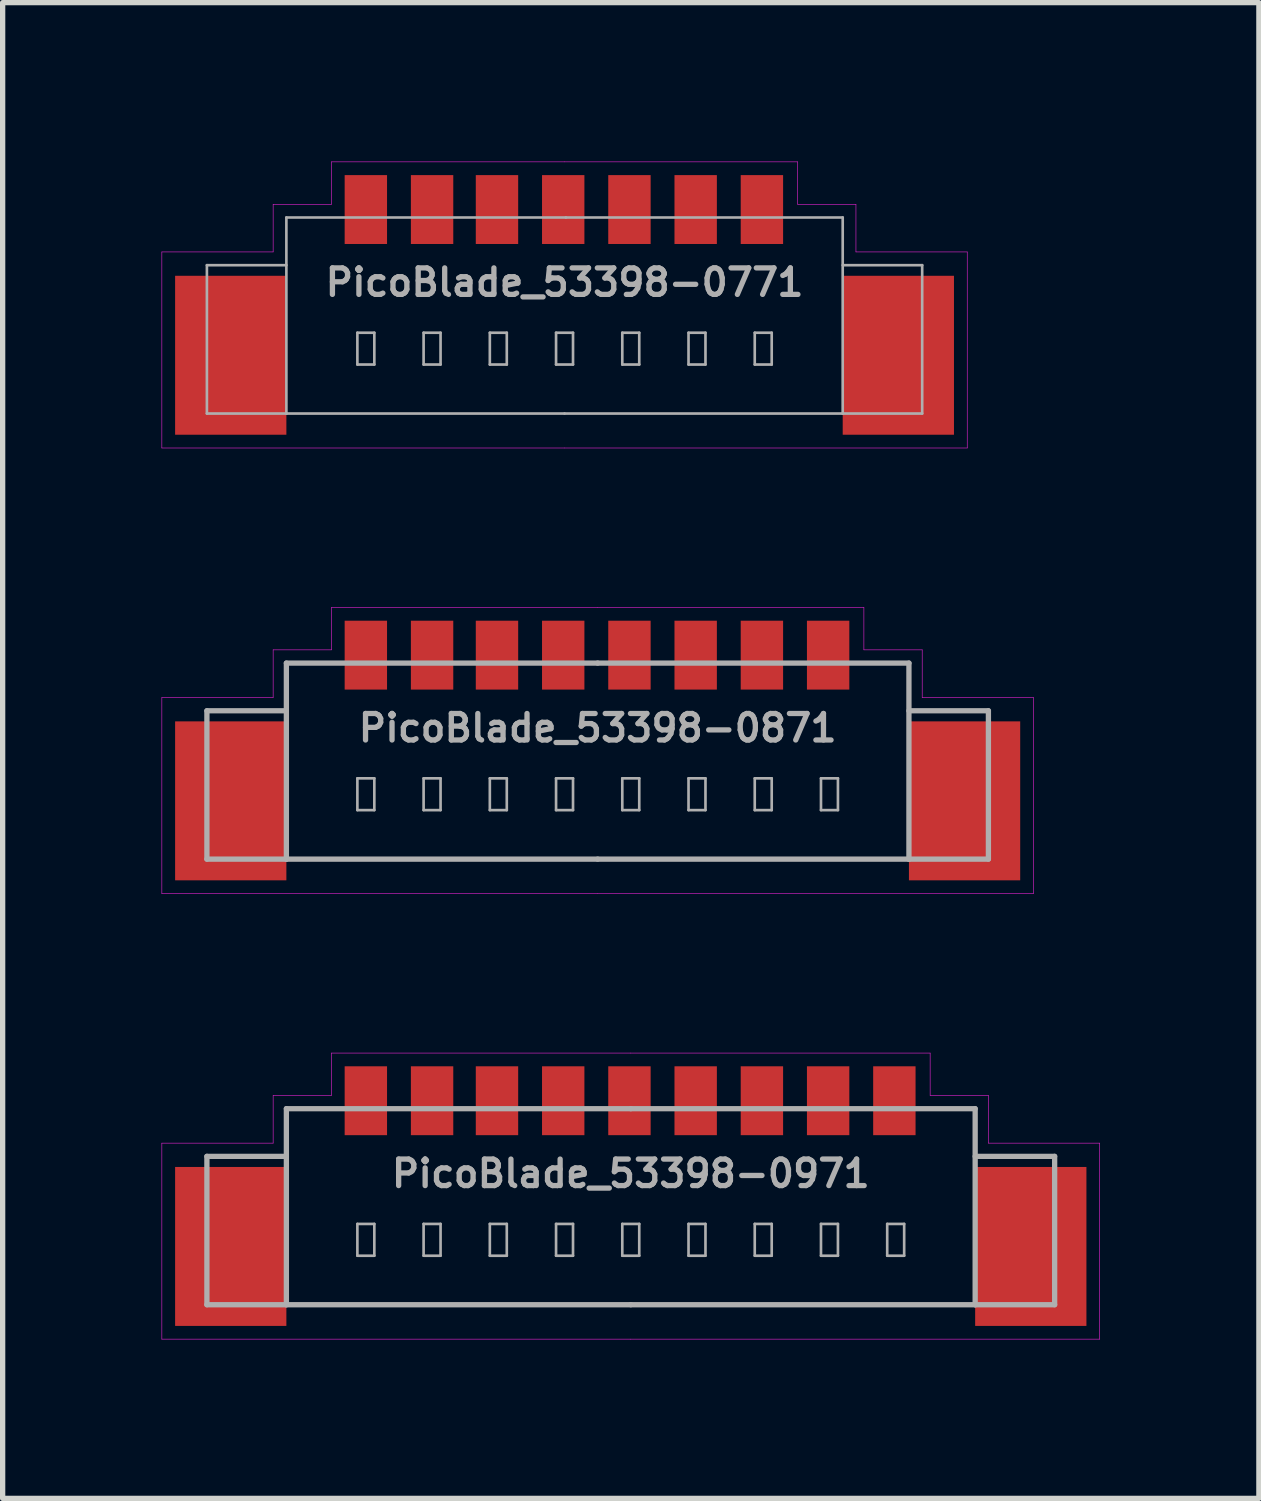
<source format=kicad_pcb>
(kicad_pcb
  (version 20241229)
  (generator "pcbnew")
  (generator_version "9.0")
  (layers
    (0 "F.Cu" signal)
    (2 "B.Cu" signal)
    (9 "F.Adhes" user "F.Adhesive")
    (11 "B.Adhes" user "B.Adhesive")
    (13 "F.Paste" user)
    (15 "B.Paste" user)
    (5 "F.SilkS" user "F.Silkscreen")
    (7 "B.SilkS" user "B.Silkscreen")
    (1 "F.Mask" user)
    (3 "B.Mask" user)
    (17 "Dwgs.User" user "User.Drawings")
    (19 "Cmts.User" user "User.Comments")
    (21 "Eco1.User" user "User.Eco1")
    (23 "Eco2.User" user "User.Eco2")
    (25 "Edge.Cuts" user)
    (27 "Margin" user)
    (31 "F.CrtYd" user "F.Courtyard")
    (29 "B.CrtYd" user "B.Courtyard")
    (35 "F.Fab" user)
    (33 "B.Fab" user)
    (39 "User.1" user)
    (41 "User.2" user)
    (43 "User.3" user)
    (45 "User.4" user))
  (footprint "PicoBlade_53398-0771"
    (layer "F.Cu")
    (at 7.605 2.28)
    (property "Reference" "PicoBlade_53398-0771" (at 0 0 0) (layer "F.Fab") (effects (font (size 0.5 0.5) (thickness 0.1))))
    (attr smd)
    (fp_line (start -7.6 -0.575) (end -7.6 3.125) (stroke (width 0.01) (type solid)) (layer "F.CrtYd"))
    (fp_line (start -7.6 -0.575) (end -5.5 -0.575) (stroke (width 0.01) (type solid)) (layer "F.CrtYd"))
    (fp_line (start -7.6 3.125) (end 0 3.125) (stroke (width 0.01) (type solid)) (layer "F.CrtYd"))
    (fp_line (start -5.5 -0.575) (end -5.5 -1.475) (stroke (width 0.01) (type solid)) (layer "F.CrtYd"))
    (fp_line (start -4.4 -2.275) (end -4.4 -1.475) (stroke (width 0.01) (type solid)) (layer "F.CrtYd"))
    (fp_line (start -4.4 -1.475) (end -5.5 -1.475) (stroke (width 0.01) (type solid)) (layer "F.CrtYd"))
    (fp_line (start 0 -2.275) (end -4.4 -2.275) (stroke (width 0.01) (type solid)) (layer "F.CrtYd"))
    (fp_line (start 0 -2.275) (end 4.4 -2.275) (stroke (width 0.01) (type solid)) (layer "F.CrtYd"))
    (fp_line (start 4.4 -2.275) (end 4.4 -1.475) (stroke (width 0.01) (type solid)) (layer "F.CrtYd"))
    (fp_line (start 4.4 -1.475) (end 5.5 -1.475) (stroke (width 0.01) (type solid)) (layer "F.CrtYd"))
    (fp_line (start 5.5 -1.475) (end 5.5 -0.575) (stroke (width 0.01) (type solid)) (layer "F.CrtYd"))
    (fp_line (start 5.5 -0.575) (end 7.6 -0.575) (stroke (width 0.01) (type solid)) (layer "F.CrtYd"))
    (fp_line (start 7.6 -0.575) (end 7.6 3.125) (stroke (width 0.01) (type solid)) (layer "F.CrtYd"))
    (fp_line (start 7.6 3.125) (end 0 3.125) (stroke (width 0.01) (type solid)) (layer "F.CrtYd"))
    (fp_line (start -6.75 -0.325) (end -5.25 -0.325) (stroke (width 0.05) (type solid)) (layer "F.Fab"))
    (fp_line (start -6.75 2.475) (end -6.75 -0.325) (stroke (width 0.05) (type solid)) (layer "F.Fab"))
    (fp_line (start -5.25 -1.225) (end -5.25 2.475) (stroke (width 0.05) (type solid)) (layer "F.Fab"))
    (fp_line (start -5.25 2.475) (end -6.75 2.475) (stroke (width 0.05) (type solid)) (layer "F.Fab"))
    (fp_line (start -5.25 2.475) (end 0 2.475) (stroke (width 0.05) (type solid)) (layer "F.Fab"))
    (fp_line (start -3.91 0.95) (end -3.59 0.95) (stroke (width 0.05) (type solid)) (layer "F.Fab"))
    (fp_line (start -3.91 1.55) (end -3.91 0.95) (stroke (width 0.05) (type solid)) (layer "F.Fab"))
    (fp_line (start -3.59 1.55) (end -3.91 1.55) (stroke (width 0.05) (type solid)) (layer "F.Fab"))
    (fp_line (start -3.59 1.55) (end -3.59 0.95) (stroke (width 0.05) (type solid)) (layer "F.Fab"))
    (fp_line (start -2.66 0.95) (end -2.34 0.95) (stroke (width 0.05) (type solid)) (layer "F.Fab"))
    (fp_line (start -2.66 1.55) (end -2.66 0.95) (stroke (width 0.05) (type solid)) (layer "F.Fab"))
    (fp_line (start -2.34 1.55) (end -2.66 1.55) (stroke (width 0.05) (type solid)) (layer "F.Fab"))
    (fp_line (start -2.34 1.55) (end -2.34 0.95) (stroke (width 0.05) (type solid)) (layer "F.Fab"))
    (fp_line (start -1.41 0.95) (end -1.41 1.55) (stroke (width 0.05) (type solid)) (layer "F.Fab"))
    (fp_line (start -1.41 0.95) (end -1.09 0.95) (stroke (width 0.05) (type solid)) (layer "F.Fab"))
    (fp_line (start -1.09 0.95) (end -1.09 1.55) (stroke (width 0.05) (type solid)) (layer "F.Fab"))
    (fp_line (start -1.09 1.55) (end -1.41 1.55) (stroke (width 0.05) (type solid)) (layer "F.Fab"))
    (fp_line (start -0.16 0.95) (end -0.16 1.55) (stroke (width 0.05) (type solid)) (layer "F.Fab"))
    (fp_line (start -0.16 0.95) (end 0.16 0.95) (stroke (width 0.05) (type solid)) (layer "F.Fab"))
    (fp_line (start 0 2.475) (end 5.25 2.475) (stroke (width 0.05) (type solid)) (layer "F.Fab"))
    (fp_line (start 0.025 -1.225) (end -5.25 -1.225) (stroke (width 0.05) (type solid)) (layer "F.Fab"))
    (fp_line (start 0.16 0.95) (end 0.16 1.55) (stroke (width 0.05) (type solid)) (layer "F.Fab"))
    (fp_line (start 0.16 1.55) (end -0.16 1.55) (stroke (width 0.05) (type solid)) (layer "F.Fab"))
    (fp_line (start 1.09 0.95) (end 1.09 1.55) (stroke (width 0.05) (type solid)) (layer "F.Fab"))
    (fp_line (start 1.09 0.95) (end 1.41 0.95) (stroke (width 0.05) (type solid)) (layer "F.Fab"))
    (fp_line (start 1.41 0.95) (end 1.41 1.55) (stroke (width 0.05) (type solid)) (layer "F.Fab"))
    (fp_line (start 1.41 1.55) (end 1.09 1.55) (stroke (width 0.05) (type solid)) (layer "F.Fab"))
    (fp_line (start 2.34 0.95) (end 2.34 1.55) (stroke (width 0.05) (type solid)) (layer "F.Fab"))
    (fp_line (start 2.34 0.95) (end 2.66 0.95) (stroke (width 0.05) (type solid)) (layer "F.Fab"))
    (fp_line (start 2.66 0.95) (end 2.66 1.55) (stroke (width 0.05) (type solid)) (layer "F.Fab"))
    (fp_line (start 2.66 1.55) (end 2.34 1.55) (stroke (width 0.05) (type solid)) (layer "F.Fab"))
    (fp_line (start 3.59 0.95) (end 3.59 1.55) (stroke (width 0.05) (type solid)) (layer "F.Fab"))
    (fp_line (start 3.59 0.95) (end 3.91 0.95) (stroke (width 0.05) (type solid)) (layer "F.Fab"))
    (fp_line (start 3.91 0.95) (end 3.91 1.55) (stroke (width 0.05) (type solid)) (layer "F.Fab"))
    (fp_line (start 3.91 1.55) (end 3.59 1.55) (stroke (width 0.05) (type solid)) (layer "F.Fab"))
    (fp_line (start 5.25 -1.225) (end 0.025 -1.225) (stroke (width 0.05) (type solid)) (layer "F.Fab"))
    (fp_line (start 5.25 2.475) (end 5.25 -1.225) (stroke (width 0.05) (type solid)) (layer "F.Fab"))
    (fp_line (start 5.25 2.475) (end 6.75 2.475) (stroke (width 0.05) (type solid)) (layer "F.Fab"))
    (fp_line (start 6.75 -0.325) (end 5.25 -0.325) (stroke (width 0.05) (type solid)) (layer "F.Fab"))
    (fp_line (start 6.75 2.475) (end 6.75 -0.325) (stroke (width 0.05) (type solid)) (layer "F.Fab"))
    (pad "" smd rect (at -6.3 1.375) (size 2.1 3) (layers "F.Cu" "F.Mask" "F.Paste"))
    (pad "" smd rect (at 6.3 1.375) (size 2.1 3) (layers "F.Cu" "F.Mask" "F.Paste"))
    (pad "1" smd rect (at -3.75 -1.375) (size 0.8 1.3) (layers "F.Cu" "F.Mask" "F.Paste"))
    (pad "2" smd rect (at -2.5 -1.375) (size 0.8 1.3) (layers "F.Cu" "F.Mask" "F.Paste"))
    (pad "3" smd rect (at -1.275 -1.375) (size 0.8 1.3) (layers "F.Cu" "F.Mask" "F.Paste"))
    (pad "4" smd rect (at -0.025 -1.375) (size 0.8 1.3) (layers "F.Cu" "F.Mask" "F.Paste"))
    (pad "5" smd rect (at 1.225 -1.375) (size 0.8 1.3) (layers "F.Cu" "F.Mask" "F.Paste"))
    (pad "6" smd rect (at 2.475 -1.375) (size 0.8 1.3) (layers "F.Cu" "F.Mask" "F.Paste"))
    (pad "7" smd rect (at 3.725 -1.375) (size 0.8 1.3) (layers "F.Cu" "F.Mask" "F.Paste")))
  (footprint "PicoBlade_53398-0871"
    (layer "F.Cu")
    (at 8.23 10.69)
    (property "Reference" "PicoBlade_53398-0871" (at 0 0 0) (layer "F.Fab") (effects (font (size 0.5 0.5) (thickness 0.1))))
    (attr smd)
    (fp_line (start -8.225 -0.575) (end -8.225 3.125) (stroke (width 0.01) (type solid)) (layer "F.CrtYd"))
    (fp_line (start -8.225 -0.575) (end -6.125 -0.575) (stroke (width 0.01) (type solid)) (layer "F.CrtYd"))
    (fp_line (start -8.225 3.125) (end 0 3.125) (stroke (width 0.01) (type solid)) (layer "F.CrtYd"))
    (fp_line (start -6.125 -0.575) (end -6.125 -1.475) (stroke (width 0.01) (type solid)) (layer "F.CrtYd"))
    (fp_line (start -5.025 -2.275) (end -5.025 -1.475) (stroke (width 0.01) (type solid)) (layer "F.CrtYd"))
    (fp_line (start -5.025 -1.475) (end -6.125 -1.475) (stroke (width 0.01) (type solid)) (layer "F.CrtYd"))
    (fp_line (start 0 -2.275) (end -5.025 -2.275) (stroke (width 0.01) (type solid)) (layer "F.CrtYd"))
    (fp_line (start 0 -2.275) (end 5.025 -2.275) (stroke (width 0.01) (type solid)) (layer "F.CrtYd"))
    (fp_line (start 5.025 -2.275) (end 5.025 -1.475) (stroke (width 0.01) (type solid)) (layer "F.CrtYd"))
    (fp_line (start 5.025 -1.475) (end 6.125 -1.475) (stroke (width 0.01) (type solid)) (layer "F.CrtYd"))
    (fp_line (start 6.125 -1.475) (end 6.125 -0.575) (stroke (width 0.01) (type solid)) (layer "F.CrtYd"))
    (fp_line (start 6.125 -0.575) (end 8.225 -0.575) (stroke (width 0.01) (type solid)) (layer "F.CrtYd"))
    (fp_line (start 8.225 -0.575) (end 8.225 3.125) (stroke (width 0.01) (type solid)) (layer "F.CrtYd"))
    (fp_line (start 8.225 3.125) (end 0 3.125) (stroke (width 0.01) (type solid)) (layer "F.CrtYd"))
    (fp_line (start -7.375 -0.325) (end -5.875 -0.325) (stroke (width 0.1) (type solid)) (layer "F.Fab"))
    (fp_line (start -7.375 2.475) (end -7.375 -0.325) (stroke (width 0.1) (type solid)) (layer "F.Fab"))
    (fp_line (start -5.875 -1.225) (end -5.875 2.475) (stroke (width 0.1) (type solid)) (layer "F.Fab"))
    (fp_line (start -5.875 2.475) (end -7.375 2.475) (stroke (width 0.1) (type solid)) (layer "F.Fab"))
    (fp_line (start -5.875 2.475) (end 0 2.475) (stroke (width 0.1) (type solid)) (layer "F.Fab"))
    (fp_line (start -4.535 0.95) (end -4.215 0.95) (stroke (width 0.05) (type solid)) (layer "F.Fab"))
    (fp_line (start -4.535 1.55) (end -4.535 0.95) (stroke (width 0.05) (type solid)) (layer "F.Fab"))
    (fp_line (start -4.215 1.55) (end -4.535 1.55) (stroke (width 0.05) (type solid)) (layer "F.Fab"))
    (fp_line (start -4.215 1.55) (end -4.215 0.95) (stroke (width 0.05) (type solid)) (layer "F.Fab"))
    (fp_line (start -3.285 0.95) (end -2.965 0.95) (stroke (width 0.05) (type solid)) (layer "F.Fab"))
    (fp_line (start -3.285 1.55) (end -3.285 0.95) (stroke (width 0.05) (type solid)) (layer "F.Fab"))
    (fp_line (start -2.965 1.55) (end -3.285 1.55) (stroke (width 0.05) (type solid)) (layer "F.Fab"))
    (fp_line (start -2.965 1.55) (end -2.965 0.95) (stroke (width 0.05) (type solid)) (layer "F.Fab"))
    (fp_line (start -2.035 0.95) (end -2.035 1.55) (stroke (width 0.05) (type solid)) (layer "F.Fab"))
    (fp_line (start -2.035 0.95) (end -1.715 0.95) (stroke (width 0.05) (type solid)) (layer "F.Fab"))
    (fp_line (start -1.715 0.95) (end -1.715 1.55) (stroke (width 0.05) (type solid)) (layer "F.Fab"))
    (fp_line (start -1.715 1.55) (end -2.035 1.55) (stroke (width 0.05) (type solid)) (layer "F.Fab"))
    (fp_line (start -0.785 0.95) (end -0.785 1.55) (stroke (width 0.05) (type solid)) (layer "F.Fab"))
    (fp_line (start -0.785 0.95) (end -0.465 0.95) (stroke (width 0.05) (type solid)) (layer "F.Fab"))
    (fp_line (start -0.465 0.95) (end -0.465 1.55) (stroke (width 0.05) (type solid)) (layer "F.Fab"))
    (fp_line (start -0.465 1.55) (end -0.785 1.55) (stroke (width 0.05) (type solid)) (layer "F.Fab"))
    (fp_line (start 0 -1.225) (end -5.875 -1.225) (stroke (width 0.1) (type solid)) (layer "F.Fab"))
    (fp_line (start 0 2.475) (end 5.875 2.475) (stroke (width 0.1) (type solid)) (layer "F.Fab"))
    (fp_line (start 0.465 0.95) (end 0.465 1.55) (stroke (width 0.05) (type solid)) (layer "F.Fab"))
    (fp_line (start 0.465 0.95) (end 0.785 0.95) (stroke (width 0.05) (type solid)) (layer "F.Fab"))
    (fp_line (start 0.785 0.95) (end 0.785 1.55) (stroke (width 0.05) (type solid)) (layer "F.Fab"))
    (fp_line (start 0.785 1.55) (end 0.465 1.55) (stroke (width 0.05) (type solid)) (layer "F.Fab"))
    (fp_line (start 1.715 0.95) (end 1.715 1.55) (stroke (width 0.05) (type solid)) (layer "F.Fab"))
    (fp_line (start 1.715 0.95) (end 2.035 0.95) (stroke (width 0.05) (type solid)) (layer "F.Fab"))
    (fp_line (start 2.035 0.95) (end 2.035 1.55) (stroke (width 0.05) (type solid)) (layer "F.Fab"))
    (fp_line (start 2.035 1.55) (end 1.715 1.55) (stroke (width 0.05) (type solid)) (layer "F.Fab"))
    (fp_line (start 2.965 0.95) (end 2.965 1.55) (stroke (width 0.05) (type solid)) (layer "F.Fab"))
    (fp_line (start 2.965 0.95) (end 3.285 0.95) (stroke (width 0.05) (type solid)) (layer "F.Fab"))
    (fp_line (start 3.285 0.95) (end 3.285 1.55) (stroke (width 0.05) (type solid)) (layer "F.Fab"))
    (fp_line (start 3.285 1.55) (end 2.965 1.55) (stroke (width 0.05) (type solid)) (layer "F.Fab"))
    (fp_line (start 4.215 0.95) (end 4.215 1.55) (stroke (width 0.05) (type solid)) (layer "F.Fab"))
    (fp_line (start 4.215 0.95) (end 4.535 0.95) (stroke (width 0.05) (type solid)) (layer "F.Fab"))
    (fp_line (start 4.535 0.95) (end 4.535 1.55) (stroke (width 0.05) (type solid)) (layer "F.Fab"))
    (fp_line (start 4.535 1.55) (end 4.215 1.55) (stroke (width 0.05) (type solid)) (layer "F.Fab"))
    (fp_line (start 5.875 -1.225) (end 0 -1.225) (stroke (width 0.1) (type solid)) (layer "F.Fab"))
    (fp_line (start 5.875 2.475) (end 5.875 -1.225) (stroke (width 0.1) (type solid)) (layer "F.Fab"))
    (fp_line (start 5.875 2.475) (end 7.375 2.475) (stroke (width 0.1) (type solid)) (layer "F.Fab"))
    (fp_line (start 7.375 -0.325) (end 5.875 -0.325) (stroke (width 0.1) (type solid)) (layer "F.Fab"))
    (fp_line (start 7.375 2.475) (end 7.375 -0.325) (stroke (width 0.1) (type solid)) (layer "F.Fab"))
    (pad "" smd rect (at -6.925 1.375) (size 2.1 3) (layers "F.Cu" "F.Mask" "F.Paste"))
    (pad "" smd rect (at 6.925 1.375) (size 2.1 3) (layers "F.Cu" "F.Mask" "F.Paste"))
    (pad "1" smd rect (at -4.375 -1.375) (size 0.8 1.3) (layers "F.Cu" "F.Mask" "F.Paste"))
    (pad "2" smd rect (at -3.125 -1.375) (size 0.8 1.3) (layers "F.Cu" "F.Mask" "F.Paste"))
    (pad "3" smd rect (at -1.9 -1.375) (size 0.8 1.3) (layers "F.Cu" "F.Mask" "F.Paste"))
    (pad "4" smd rect (at -0.65 -1.375) (size 0.8 1.3) (layers "F.Cu" "F.Mask" "F.Paste"))
    (pad "5" smd rect (at 0.6 -1.375) (size 0.8 1.3) (layers "F.Cu" "F.Mask" "F.Paste"))
    (pad "6" smd rect (at 1.85 -1.375) (size 0.8 1.3) (layers "F.Cu" "F.Mask" "F.Paste"))
    (pad "7" smd rect (at 3.1 -1.375) (size 0.8 1.3) (layers "F.Cu" "F.Mask" "F.Paste"))
    (pad "8" smd rect (at 4.35 -1.375) (size 0.8 1.3) (layers "F.Cu" "F.Mask" "F.Paste")))
  (footprint "PicoBlade_53398-0971"
    (layer "F.Cu")
    (at 8.855 19.1)
    (property "Reference" "PicoBlade_53398-0971" (at 0 0 0) (layer "F.Fab") (effects (font (size 0.5 0.5) (thickness 0.1))))
    (attr smd)
    (fp_line (start -8.85 -0.575) (end -8.85 3.125) (stroke (width 0.01) (type solid)) (layer "F.CrtYd"))
    (fp_line (start -8.85 -0.575) (end -6.75 -0.575) (stroke (width 0.01) (type solid)) (layer "F.CrtYd"))
    (fp_line (start -8.85 3.125) (end 0 3.125) (stroke (width 0.01) (type solid)) (layer "F.CrtYd"))
    (fp_line (start -6.75 -0.575) (end -6.75 -1.475) (stroke (width 0.01) (type solid)) (layer "F.CrtYd"))
    (fp_line (start -5.65 -2.275) (end -5.65 -1.475) (stroke (width 0.01) (type solid)) (layer "F.CrtYd"))
    (fp_line (start -5.65 -1.475) (end -6.75 -1.475) (stroke (width 0.01) (type solid)) (layer "F.CrtYd"))
    (fp_line (start 0 -2.275) (end -5.65 -2.275) (stroke (width 0.01) (type solid)) (layer "F.CrtYd"))
    (fp_line (start 0 -2.275) (end 5.65 -2.275) (stroke (width 0.01) (type solid)) (layer "F.CrtYd"))
    (fp_line (start 5.65 -2.275) (end 5.65 -1.475) (stroke (width 0.01) (type solid)) (layer "F.CrtYd"))
    (fp_line (start 5.65 -1.475) (end 6.75 -1.475) (stroke (width 0.01) (type solid)) (layer "F.CrtYd"))
    (fp_line (start 6.75 -1.475) (end 6.75 -0.575) (stroke (width 0.01) (type solid)) (layer "F.CrtYd"))
    (fp_line (start 6.75 -0.575) (end 8.85 -0.575) (stroke (width 0.01) (type solid)) (layer "F.CrtYd"))
    (fp_line (start 8.85 -0.575) (end 8.85 3.125) (stroke (width 0.01) (type solid)) (layer "F.CrtYd"))
    (fp_line (start 8.85 3.125) (end 0 3.125) (stroke (width 0.01) (type solid)) (layer "F.CrtYd"))
    (fp_line (start -8 -0.325) (end -6.5 -0.325) (stroke (width 0.1) (type solid)) (layer "F.Fab"))
    (fp_line (start -8 2.475) (end -8 -0.325) (stroke (width 0.1) (type solid)) (layer "F.Fab"))
    (fp_line (start -6.5 -1.225) (end -6.5 2.475) (stroke (width 0.1) (type solid)) (layer "F.Fab"))
    (fp_line (start -6.5 2.475) (end -8 2.475) (stroke (width 0.1) (type solid)) (layer "F.Fab"))
    (fp_line (start -6.5 2.475) (end 0 2.475) (stroke (width 0.1) (type solid)) (layer "F.Fab"))
    (fp_line (start -5.16 0.95) (end -4.84 0.95) (stroke (width 0.05) (type solid)) (layer "F.Fab"))
    (fp_line (start -5.16 1.55) (end -5.16 0.95) (stroke (width 0.05) (type solid)) (layer "F.Fab"))
    (fp_line (start -4.84 1.55) (end -5.16 1.55) (stroke (width 0.05) (type solid)) (layer "F.Fab"))
    (fp_line (start -4.84 1.55) (end -4.84 0.95) (stroke (width 0.05) (type solid)) (layer "F.Fab"))
    (fp_line (start -3.91 0.95) (end -3.59 0.95) (stroke (width 0.05) (type solid)) (layer "F.Fab"))
    (fp_line (start -3.91 1.55) (end -3.91 0.95) (stroke (width 0.05) (type solid)) (layer "F.Fab"))
    (fp_line (start -3.59 1.55) (end -3.91 1.55) (stroke (width 0.05) (type solid)) (layer "F.Fab"))
    (fp_line (start -3.59 1.55) (end -3.59 0.95) (stroke (width 0.05) (type solid)) (layer "F.Fab"))
    (fp_line (start -2.66 0.95) (end -2.66 1.55) (stroke (width 0.05) (type solid)) (layer "F.Fab"))
    (fp_line (start -2.66 0.95) (end -2.34 0.95) (stroke (width 0.05) (type solid)) (layer "F.Fab"))
    (fp_line (start -2.34 0.95) (end -2.34 1.55) (stroke (width 0.05) (type solid)) (layer "F.Fab"))
    (fp_line (start -2.34 1.55) (end -2.66 1.55) (stroke (width 0.05) (type solid)) (layer "F.Fab"))
    (fp_line (start -1.41 0.95) (end -1.41 1.55) (stroke (width 0.05) (type solid)) (layer "F.Fab"))
    (fp_line (start -1.41 0.95) (end -1.09 0.95) (stroke (width 0.05) (type solid)) (layer "F.Fab"))
    (fp_line (start -1.09 0.95) (end -1.09 1.55) (stroke (width 0.05) (type solid)) (layer "F.Fab"))
    (fp_line (start -1.09 1.55) (end -1.41 1.55) (stroke (width 0.05) (type solid)) (layer "F.Fab"))
    (fp_line (start -0.16 0.95) (end -0.16 1.55) (stroke (width 0.05) (type solid)) (layer "F.Fab"))
    (fp_line (start -0.16 0.95) (end 0.16 0.95) (stroke (width 0.05) (type solid)) (layer "F.Fab"))
    (fp_line (start 0 -1.225) (end -6.5 -1.225) (stroke (width 0.1) (type solid)) (layer "F.Fab"))
    (fp_line (start 0 2.475) (end 6.5 2.475) (stroke (width 0.1) (type solid)) (layer "F.Fab"))
    (fp_line (start 0.16 0.95) (end 0.16 1.55) (stroke (width 0.05) (type solid)) (layer "F.Fab"))
    (fp_line (start 0.16 1.55) (end -0.16 1.55) (stroke (width 0.05) (type solid)) (layer "F.Fab"))
    (fp_line (start 1.09 0.95) (end 1.09 1.55) (stroke (width 0.05) (type solid)) (layer "F.Fab"))
    (fp_line (start 1.09 0.95) (end 1.41 0.95) (stroke (width 0.05) (type solid)) (layer "F.Fab"))
    (fp_line (start 1.41 0.95) (end 1.41 1.55) (stroke (width 0.05) (type solid)) (layer "F.Fab"))
    (fp_line (start 1.41 1.55) (end 1.09 1.55) (stroke (width 0.05) (type solid)) (layer "F.Fab"))
    (fp_line (start 2.34 0.95) (end 2.34 1.55) (stroke (width 0.05) (type solid)) (layer "F.Fab"))
    (fp_line (start 2.34 0.95) (end 2.66 0.95) (stroke (width 0.05) (type solid)) (layer "F.Fab"))
    (fp_line (start 2.66 0.95) (end 2.66 1.55) (stroke (width 0.05) (type solid)) (layer "F.Fab"))
    (fp_line (start 2.66 1.55) (end 2.34 1.55) (stroke (width 0.05) (type solid)) (layer "F.Fab"))
    (fp_line (start 3.59 0.95) (end 3.59 1.55) (stroke (width 0.05) (type solid)) (layer "F.Fab"))
    (fp_line (start 3.59 0.95) (end 3.91 0.95) (stroke (width 0.05) (type solid)) (layer "F.Fab"))
    (fp_line (start 3.91 0.95) (end 3.91 1.55) (stroke (width 0.05) (type solid)) (layer "F.Fab"))
    (fp_line (start 3.91 1.55) (end 3.59 1.55) (stroke (width 0.05) (type solid)) (layer "F.Fab"))
    (fp_line (start 4.84 0.95) (end 4.84 1.55) (stroke (width 0.05) (type solid)) (layer "F.Fab"))
    (fp_line (start 4.84 0.95) (end 5.16 0.95) (stroke (width 0.05) (type solid)) (layer "F.Fab"))
    (fp_line (start 5.16 0.95) (end 5.16 1.55) (stroke (width 0.05) (type solid)) (layer "F.Fab"))
    (fp_line (start 5.16 1.55) (end 4.84 1.55) (stroke (width 0.05) (type solid)) (layer "F.Fab"))
    (fp_line (start 6.5 -1.225) (end 0 -1.225) (stroke (width 0.1) (type solid)) (layer "F.Fab"))
    (fp_line (start 6.5 2.475) (end 6.5 -1.225) (stroke (width 0.1) (type solid)) (layer "F.Fab"))
    (fp_line (start 6.5 2.475) (end 8 2.475) (stroke (width 0.1) (type solid)) (layer "F.Fab"))
    (fp_line (start 8 -0.325) (end 6.5 -0.325) (stroke (width 0.1) (type solid)) (layer "F.Fab"))
    (fp_line (start 8 2.475) (end 8 -0.325) (stroke (width 0.1) (type solid)) (layer "F.Fab"))
    (pad "" smd rect (at -7.55 1.375) (size 2.1 3) (layers "F.Cu" "F.Mask" "F.Paste"))
    (pad "" smd rect (at 7.55 1.375) (size 2.1 3) (layers "F.Cu" "F.Mask" "F.Paste"))
    (pad "1" smd rect (at -5 -1.375) (size 0.8 1.3) (layers "F.Cu" "F.Mask" "F.Paste"))
    (pad "2" smd rect (at -3.75 -1.375) (size 0.8 1.3) (layers "F.Cu" "F.Mask" "F.Paste"))
    (pad "3" smd rect (at -2.525 -1.375) (size 0.8 1.3) (layers "F.Cu" "F.Mask" "F.Paste"))
    (pad "4" smd rect (at -1.275 -1.375) (size 0.8 1.3) (layers "F.Cu" "F.Mask" "F.Paste"))
    (pad "5" smd rect (at -0.025 -1.375) (size 0.8 1.3) (layers "F.Cu" "F.Mask" "F.Paste"))
    (pad "6" smd rect (at 1.225 -1.375) (size 0.8 1.3) (layers "F.Cu" "F.Mask" "F.Paste"))
    (pad "7" smd rect (at 2.475 -1.375) (size 0.8 1.3) (layers "F.Cu" "F.Mask" "F.Paste"))
    (pad "8" smd rect (at 3.725 -1.375) (size 0.8 1.3) (layers "F.Cu" "F.Mask" "F.Paste"))
    (pad "9" smd rect (at 4.975 -1.375) (size 0.8 1.3) (layers "F.Cu" "F.Mask" "F.Paste")))
  (gr_rect
    (start -3 -3)
    (end 20.71 25.23)
    (stroke (width 0.1) (type default))
    (fill no)
    (layer "Edge.Cuts")))
</source>
